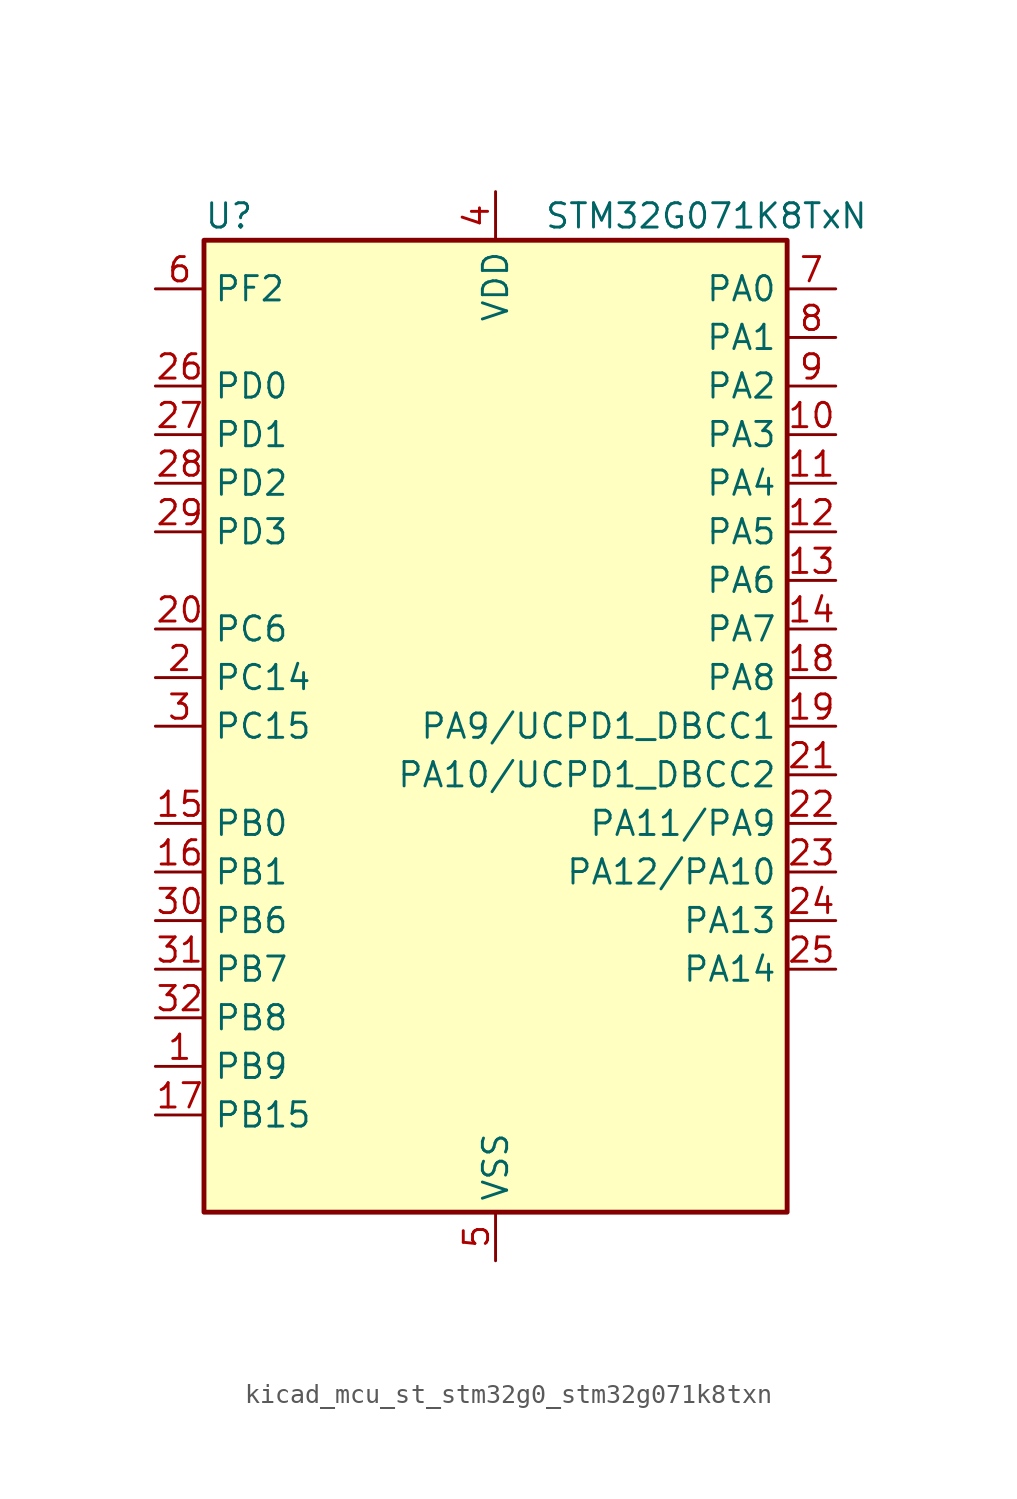
<source format=kicad_sym>
(kicad_symbol_lib
  (version 20220914)
  (generator kicad_symbol_editor)
  (symbol "kicad_mcu_st_stm32g0_stm32g071k8txn"
    (property "Reference" "U"
      (at -15.24 26.67 0)
      (effects (font (size 1.27 1.27)) (justify left)))
    (property "Value" "STM32G071K8TxN"
      (at 2.54 26.67 0)
      (effects (font (size 1.27 1.27)) (justify left)))
    (property "ki_locked" ""
      (at 0 0 0)
      (effects (font (size 1.27 1.27))))
    (symbol "kicad_mcu_st_stm32g0_stm32g071k8txn_0_1"
      (rectangle (start -15.24 -25.4) (end 15.24 25.4) (stroke (width 0.254) (type default)) (fill (type background))))
    (symbol "kicad_mcu_st_stm32g0_stm32g071k8txn_1_1"
      (pin bidirectional line (at -17.78 -17.78 0) (length 2.54) (name "PB9" (effects (font (size 1.27 1.27)))) (number "1" (effects (font (size 1.27 1.27)))) (alternate "DAC1_EXTI9" bidirectional line) (alternate "I2C1_SDA" bidirectional line) (alternate "IR_OUT" bidirectional line) (alternate "SPI2_NSS" bidirectional line) (alternate "TIM17_CH1" bidirectional line) (alternate "UCPD2_FRSTX1" bidirectional line) (alternate "UCPD2_FRSTX2" bidirectional line) (alternate "USART3_RX" bidirectional line))
      (pin bidirectional line (at 17.78 15.24 180) (length 2.54) (name "PA3" (effects (font (size 1.27 1.27)))) (number "10" (effects (font (size 1.27 1.27)))) (alternate "ADC1_IN3" bidirectional line) (alternate "COMP2_INP" bidirectional line) (alternate "LPUART1_RX" bidirectional line) (alternate "SPI2_MISO" bidirectional line) (alternate "TIM15_CH2" bidirectional line) (alternate "TIM2_CH4" bidirectional line) (alternate "UCPD2_FRSTX1" bidirectional line) (alternate "UCPD2_FRSTX2" bidirectional line) (alternate "USART2_RX" bidirectional line))
      (pin bidirectional line (at 17.78 12.7 180) (length 2.54) (name "PA4" (effects (font (size 1.27 1.27)))) (number "11" (effects (font (size 1.27 1.27)))) (alternate "ADC1_IN4" bidirectional line) (alternate "DAC1_OUT1" bidirectional line) (alternate "I2S1_WS" bidirectional line) (alternate "LPTIM2_OUT" bidirectional line) (alternate "RTC_OUT_ALARM" bidirectional line) (alternate "RTC_OUT_CALIB" bidirectional line) (alternate "RTC_TAMP_IN1" bidirectional line) (alternate "RTC_TS" bidirectional line) (alternate "SPI1_NSS" bidirectional line) (alternate "SPI2_MOSI" bidirectional line) (alternate "SYS_WKUP2" bidirectional line) (alternate "TIM14_CH1" bidirectional line) (alternate "UCPD2_FRSTX1" bidirectional line) (alternate "UCPD2_FRSTX2" bidirectional line))
      (pin bidirectional line (at 17.78 10.16 180) (length 2.54) (name "PA5" (effects (font (size 1.27 1.27)))) (number "12" (effects (font (size 1.27 1.27)))) (alternate "ADC1_IN5" bidirectional line) (alternate "CEC" bidirectional line) (alternate "DAC1_OUT2" bidirectional line) (alternate "I2S1_CK" bidirectional line) (alternate "LPTIM2_ETR" bidirectional line) (alternate "SPI1_SCK" bidirectional line) (alternate "TIM2_CH1" bidirectional line) (alternate "TIM2_ETR" bidirectional line) (alternate "UCPD1_FRSTX1" bidirectional line) (alternate "UCPD1_FRSTX2" bidirectional line) (alternate "USART3_TX" bidirectional line))
      (pin bidirectional line (at 17.78 7.62 180) (length 2.54) (name "PA6" (effects (font (size 1.27 1.27)))) (number "13" (effects (font (size 1.27 1.27)))) (alternate "ADC1_IN6" bidirectional line) (alternate "COMP1_OUT" bidirectional line) (alternate "I2S1_MCK" bidirectional line) (alternate "LPUART1_CTS" bidirectional line) (alternate "SPI1_MISO" bidirectional line) (alternate "TIM16_CH1" bidirectional line) (alternate "TIM1_BK" bidirectional line) (alternate "TIM3_CH1" bidirectional line) (alternate "USART3_CTS" bidirectional line) (alternate "USART3_NSS" bidirectional line))
      (pin bidirectional line (at 17.78 5.08 180) (length 2.54) (name "PA7" (effects (font (size 1.27 1.27)))) (number "14" (effects (font (size 1.27 1.27)))) (alternate "ADC1_IN7" bidirectional line) (alternate "COMP2_OUT" bidirectional line) (alternate "I2S1_SD" bidirectional line) (alternate "SPI1_MOSI" bidirectional line) (alternate "TIM14_CH1" bidirectional line) (alternate "TIM17_CH1" bidirectional line) (alternate "TIM1_CH1N" bidirectional line) (alternate "TIM3_CH2" bidirectional line) (alternate "UCPD1_FRSTX1" bidirectional line) (alternate "UCPD1_FRSTX2" bidirectional line))
      (pin bidirectional line (at -17.78 -5.08 0) (length 2.54) (name "PB0" (effects (font (size 1.27 1.27)))) (number "15" (effects (font (size 1.27 1.27)))) (alternate "ADC1_IN8" bidirectional line) (alternate "COMP1_OUT" bidirectional line) (alternate "I2S1_WS" bidirectional line) (alternate "LPTIM1_OUT" bidirectional line) (alternate "SPI1_NSS" bidirectional line) (alternate "TIM1_CH2N" bidirectional line) (alternate "TIM3_CH3" bidirectional line) (alternate "UCPD1_FRSTX1" bidirectional line) (alternate "UCPD1_FRSTX2" bidirectional line) (alternate "USART3_RX" bidirectional line))
      (pin bidirectional line (at -17.78 -7.62 0) (length 2.54) (name "PB1" (effects (font (size 1.27 1.27)))) (number "16" (effects (font (size 1.27 1.27)))) (alternate "ADC1_IN9" bidirectional line) (alternate "COMP1_INM" bidirectional line) (alternate "LPTIM2_IN1" bidirectional line) (alternate "LPUART1_DE" bidirectional line) (alternate "LPUART1_RTS" bidirectional line) (alternate "TIM14_CH1" bidirectional line) (alternate "TIM1_CH3N" bidirectional line) (alternate "TIM3_CH4" bidirectional line) (alternate "USART3_CK" bidirectional line) (alternate "USART3_DE" bidirectional line) (alternate "USART3_RTS" bidirectional line))
      (pin bidirectional line (at -17.78 -20.32 0) (length 2.54) (name "PB15" (effects (font (size 1.27 1.27)))) (number "17" (effects (font (size 1.27 1.27)))) (alternate "RTC_REFIN" bidirectional line) (alternate "SPI2_MOSI" bidirectional line) (alternate "TIM15_CH1N" bidirectional line) (alternate "TIM15_CH2" bidirectional line) (alternate "TIM1_CH3N" bidirectional line) (alternate "UCPD1_CC2" bidirectional line))
      (pin bidirectional line (at 17.78 2.54 180) (length 2.54) (name "PA8" (effects (font (size 1.27 1.27)))) (number "18" (effects (font (size 1.27 1.27)))) (alternate "LPTIM2_OUT" bidirectional line) (alternate "RCC_MCO" bidirectional line) (alternate "SPI2_NSS" bidirectional line) (alternate "TIM1_CH1" bidirectional line) (alternate "UCPD1_CC1" bidirectional line))
      (pin bidirectional line (at 17.78 0 180) (length 2.54) (name "PA9/UCPD1_DBCC1" (effects (font (size 1.27 1.27)))) (number "19" (effects (font (size 1.27 1.27)))) (alternate "DAC1_EXTI9" bidirectional line) (alternate "I2C1_SCL" bidirectional line) (alternate "RCC_MCO" bidirectional line) (alternate "SPI2_MISO" bidirectional line) (alternate "TIM15_BK" bidirectional line) (alternate "TIM1_CH2" bidirectional line) (alternate "UCPD1_DBCC1" bidirectional line) (alternate "USART1_TX" bidirectional line))
      (pin bidirectional line (at -17.78 2.54 0) (length 2.54) (name "PC14" (effects (font (size 1.27 1.27)))) (number "2" (effects (font (size 1.27 1.27)))) (alternate "RCC_OSC32_IN" bidirectional line) (alternate "RCC_OSC_IN" bidirectional line) (alternate "TIM1_BK2" bidirectional line))
      (pin bidirectional line (at -17.78 5.08 0) (length 2.54) (name "PC6" (effects (font (size 1.27 1.27)))) (number "20" (effects (font (size 1.27 1.27)))) (alternate "TIM2_CH3" bidirectional line) (alternate "TIM3_CH1" bidirectional line) (alternate "UCPD1_FRSTX1" bidirectional line) (alternate "UCPD1_FRSTX2" bidirectional line))
      (pin bidirectional line (at 17.78 -2.54 180) (length 2.54) (name "PA10/UCPD1_DBCC2" (effects (font (size 1.27 1.27)))) (number "21" (effects (font (size 1.27 1.27)))) (alternate "I2C1_SDA" bidirectional line) (alternate "SPI2_MOSI" bidirectional line) (alternate "TIM17_BK" bidirectional line) (alternate "TIM1_CH3" bidirectional line) (alternate "UCPD1_DBCC2" bidirectional line) (alternate "USART1_RX" bidirectional line))
      (pin bidirectional line (at 17.78 -5.08 180) (length 2.54) (name "PA11/PA9" (effects (font (size 1.27 1.27)))) (number "22" (effects (font (size 1.27 1.27)))) (alternate "ADC1_EXTI11" bidirectional line) (alternate "COMP1_OUT" bidirectional line) (alternate "I2C2_SCL" bidirectional line) (alternate "I2S1_MCK" bidirectional line) (alternate "SPI1_MISO" bidirectional line) (alternate "TIM1_BK2" bidirectional line) (alternate "TIM1_CH4" bidirectional line) (alternate "USART1_CTS" bidirectional line) (alternate "USART1_NSS" bidirectional line))
      (pin bidirectional line (at 17.78 -7.62 180) (length 2.54) (name "PA12/PA10" (effects (font (size 1.27 1.27)))) (number "23" (effects (font (size 1.27 1.27)))) (alternate "COMP2_OUT" bidirectional line) (alternate "I2C2_SDA" bidirectional line) (alternate "I2S1_SD" bidirectional line) (alternate "I2S_CKIN" bidirectional line) (alternate "SPI1_MOSI" bidirectional line) (alternate "TIM1_ETR" bidirectional line) (alternate "USART1_CK" bidirectional line) (alternate "USART1_DE" bidirectional line) (alternate "USART1_RTS" bidirectional line))
      (pin bidirectional line (at 17.78 -10.16 180) (length 2.54) (name "PA13" (effects (font (size 1.27 1.27)))) (number "24" (effects (font (size 1.27 1.27)))) (alternate "IR_OUT" bidirectional line) (alternate "SYS_SWDIO" bidirectional line))
      (pin bidirectional line (at 17.78 -12.7 180) (length 2.54) (name "PA14" (effects (font (size 1.27 1.27)))) (number "25" (effects (font (size 1.27 1.27)))) (alternate "SYS_SWCLK" bidirectional line) (alternate "USART2_TX" bidirectional line))
      (pin bidirectional line (at -17.78 17.78 0) (length 2.54) (name "PD0" (effects (font (size 1.27 1.27)))) (number "26" (effects (font (size 1.27 1.27)))) (alternate "SPI2_NSS" bidirectional line) (alternate "TIM16_CH1" bidirectional line) (alternate "UCPD2_CC1" bidirectional line))
      (pin bidirectional line (at -17.78 15.24 0) (length 2.54) (name "PD1" (effects (font (size 1.27 1.27)))) (number "27" (effects (font (size 1.27 1.27)))) (alternate "SPI2_SCK" bidirectional line) (alternate "TIM17_CH1" bidirectional line) (alternate "UCPD2_DBCC1" bidirectional line))
      (pin bidirectional line (at -17.78 12.7 0) (length 2.54) (name "PD2" (effects (font (size 1.27 1.27)))) (number "28" (effects (font (size 1.27 1.27)))) (alternate "TIM1_CH1N" bidirectional line) (alternate "TIM3_ETR" bidirectional line) (alternate "UCPD2_CC2" bidirectional line) (alternate "USART3_CK" bidirectional line) (alternate "USART3_DE" bidirectional line) (alternate "USART3_RTS" bidirectional line))
      (pin bidirectional line (at -17.78 10.16 0) (length 2.54) (name "PD3" (effects (font (size 1.27 1.27)))) (number "29" (effects (font (size 1.27 1.27)))) (alternate "SPI2_MISO" bidirectional line) (alternate "TIM1_CH2N" bidirectional line) (alternate "UCPD2_DBCC2" bidirectional line) (alternate "USART2_CTS" bidirectional line) (alternate "USART2_NSS" bidirectional line))
      (pin bidirectional line (at -17.78 0 0) (length 2.54) (name "PC15" (effects (font (size 1.27 1.27)))) (number "3" (effects (font (size 1.27 1.27)))) (alternate "RCC_OSC32_EN" bidirectional line) (alternate "RCC_OSC32_OUT" bidirectional line) (alternate "RCC_OSC_EN" bidirectional line) (alternate "TIM15_BK" bidirectional line))
      (pin bidirectional line (at -17.78 -10.16 0) (length 2.54) (name "PB6" (effects (font (size 1.27 1.27)))) (number "30" (effects (font (size 1.27 1.27)))) (alternate "COMP2_INP" bidirectional line) (alternate "I2C1_SCL" bidirectional line) (alternate "LPTIM1_ETR" bidirectional line) (alternate "SPI2_MISO" bidirectional line) (alternate "TIM16_CH1N" bidirectional line) (alternate "TIM1_CH3" bidirectional line) (alternate "USART1_TX" bidirectional line))
      (pin bidirectional line (at -17.78 -12.7 0) (length 2.54) (name "PB7" (effects (font (size 1.27 1.27)))) (number "31" (effects (font (size 1.27 1.27)))) (alternate "COMP2_INM" bidirectional line) (alternate "I2C1_SDA" bidirectional line) (alternate "LPTIM1_IN2" bidirectional line) (alternate "SPI2_MOSI" bidirectional line) (alternate "SYS_PVD_IN" bidirectional line) (alternate "TIM17_CH1N" bidirectional line) (alternate "USART1_RX" bidirectional line) (alternate "USART4_CTS" bidirectional line) (alternate "USART4_NSS" bidirectional line))
      (pin bidirectional line (at -17.78 -15.24 0) (length 2.54) (name "PB8" (effects (font (size 1.27 1.27)))) (number "32" (effects (font (size 1.27 1.27)))) (alternate "CEC" bidirectional line) (alternate "I2C1_SCL" bidirectional line) (alternate "SPI2_SCK" bidirectional line) (alternate "TIM15_BK" bidirectional line) (alternate "TIM16_CH1" bidirectional line) (alternate "USART3_TX" bidirectional line))
      (pin power_in line (at 0 27.94 270) (length 2.54) (name "VDD" (effects (font (size 1.27 1.27)))) (number "4" (effects (font (size 1.27 1.27)))))
      (pin power_in line (at 0 -27.94 90) (length 2.54) (name "VSS" (effects (font (size 1.27 1.27)))) (number "5" (effects (font (size 1.27 1.27)))))
      (pin bidirectional line (at -17.78 22.86 0) (length 2.54) (name "PF2" (effects (font (size 1.27 1.27)))) (number "6" (effects (font (size 1.27 1.27)))) (alternate "RCC_MCO" bidirectional line))
      (pin bidirectional line (at 17.78 22.86 180) (length 2.54) (name "PA0" (effects (font (size 1.27 1.27)))) (number "7" (effects (font (size 1.27 1.27)))) (alternate "ADC1_IN0" bidirectional line) (alternate "COMP1_INM" bidirectional line) (alternate "COMP1_OUT" bidirectional line) (alternate "LPTIM1_OUT" bidirectional line) (alternate "RTC_TAMP_IN2" bidirectional line) (alternate "SPI2_SCK" bidirectional line) (alternate "SYS_WKUP1" bidirectional line) (alternate "TIM2_CH1" bidirectional line) (alternate "TIM2_ETR" bidirectional line) (alternate "UCPD2_FRSTX1" bidirectional line) (alternate "UCPD2_FRSTX2" bidirectional line) (alternate "USART2_CTS" bidirectional line) (alternate "USART2_NSS" bidirectional line) (alternate "USART4_TX" bidirectional line))
      (pin bidirectional line (at 17.78 20.32 180) (length 2.54) (name "PA1" (effects (font (size 1.27 1.27)))) (number "8" (effects (font (size 1.27 1.27)))) (alternate "ADC1_IN1" bidirectional line) (alternate "COMP1_INP" bidirectional line) (alternate "I2C1_SMBA" bidirectional line) (alternate "I2S1_CK" bidirectional line) (alternate "SPI1_SCK" bidirectional line) (alternate "TIM15_CH1N" bidirectional line) (alternate "TIM2_CH2" bidirectional line) (alternate "USART2_CK" bidirectional line) (alternate "USART2_DE" bidirectional line) (alternate "USART2_RTS" bidirectional line) (alternate "USART4_RX" bidirectional line))
      (pin bidirectional line (at 17.78 17.78 180) (length 2.54) (name "PA2" (effects (font (size 1.27 1.27)))) (number "9" (effects (font (size 1.27 1.27)))) (alternate "ADC1_IN2" bidirectional line) (alternate "COMP2_INM" bidirectional line) (alternate "COMP2_OUT" bidirectional line) (alternate "I2S1_SD" bidirectional line) (alternate "LPUART1_TX" bidirectional line) (alternate "RCC_LSCO" bidirectional line) (alternate "SPI1_MOSI" bidirectional line) (alternate "SYS_WKUP4" bidirectional line) (alternate "TIM15_CH1" bidirectional line) (alternate "TIM2_CH3" bidirectional line) (alternate "UCPD1_FRSTX1" bidirectional line) (alternate "UCPD1_FRSTX2" bidirectional line) (alternate "USART2_TX" bidirectional line)))))
</source>
